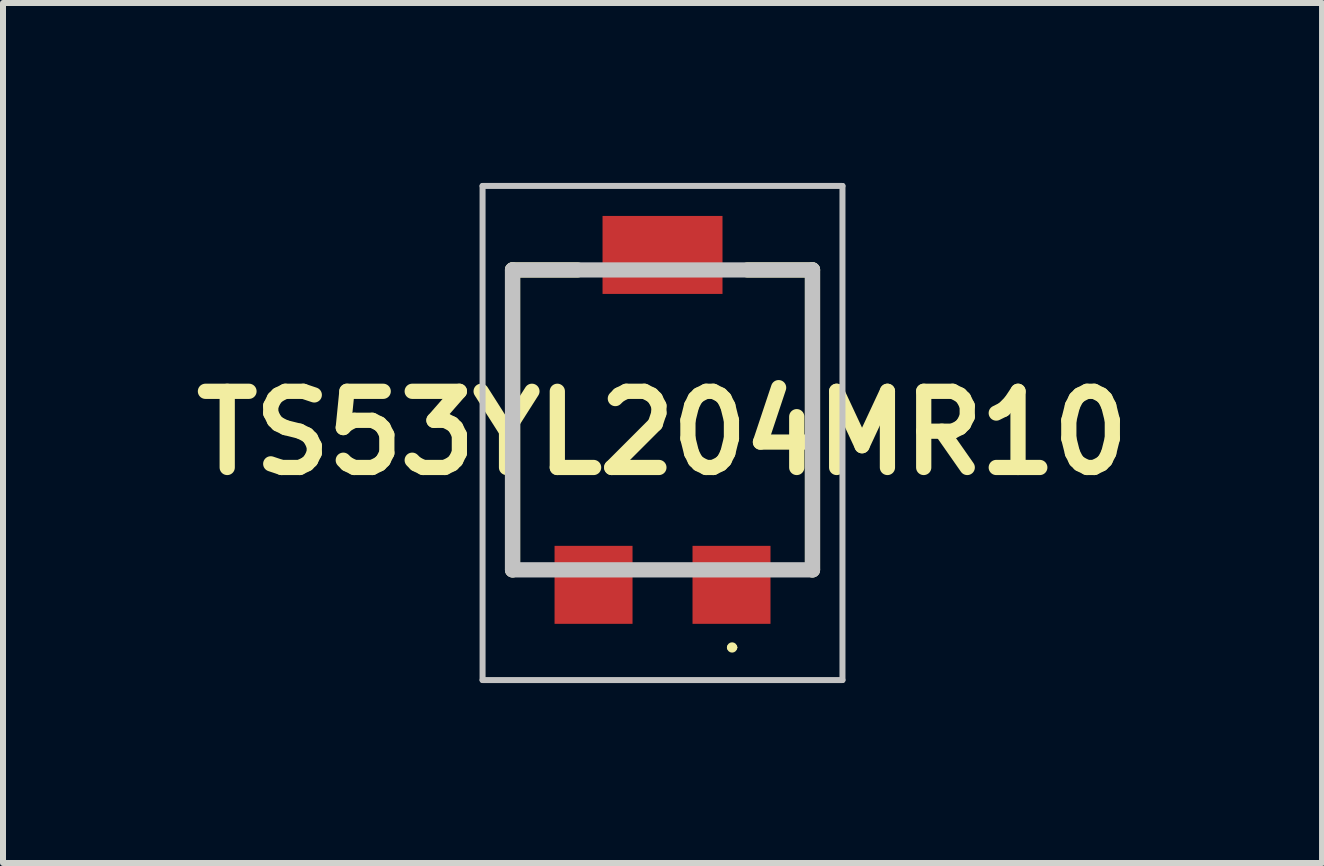
<source format=kicad_pcb>
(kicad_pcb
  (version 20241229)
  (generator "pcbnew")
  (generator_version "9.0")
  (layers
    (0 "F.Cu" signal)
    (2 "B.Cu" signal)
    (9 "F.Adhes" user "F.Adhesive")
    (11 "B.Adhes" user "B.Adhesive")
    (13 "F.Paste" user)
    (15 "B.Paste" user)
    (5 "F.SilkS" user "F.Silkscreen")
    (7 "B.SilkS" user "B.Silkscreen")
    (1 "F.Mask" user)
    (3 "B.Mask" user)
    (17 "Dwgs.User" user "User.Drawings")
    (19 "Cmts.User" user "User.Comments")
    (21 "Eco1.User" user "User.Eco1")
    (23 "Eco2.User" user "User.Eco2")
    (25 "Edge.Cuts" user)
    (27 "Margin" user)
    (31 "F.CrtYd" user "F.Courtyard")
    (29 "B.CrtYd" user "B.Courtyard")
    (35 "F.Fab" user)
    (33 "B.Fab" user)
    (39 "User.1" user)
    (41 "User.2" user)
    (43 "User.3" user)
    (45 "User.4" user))
  (footprint "TS53YL204MR10"
    (layer "F.Cu")
    (at 7.995 3.95)
    (property "Reference" "TS53YL204MR10" (at 0 0.219 0) (layer "F.SilkS") (effects (font (size 1.27 1.27) (thickness 0.254))))
    (attr smd)
    (fp_line (start -2.5 -2.5) (end -1.418 -2.5) (stroke (width 0.254) (type solid)) (layer "F.SilkS"))
    (fp_line (start -2.5 2.5) (end -2.5 -2.5) (stroke (width 0.254) (type solid)) (layer "F.SilkS"))
    (fp_line (start 1.117 3.794) (end 1.117 3.794) (stroke (width 0.086) (type solid)) (layer "F.SilkS"))
    (fp_line (start 1.203 3.794) (end 1.203 3.794) (stroke (width 0.086) (type solid)) (layer "F.SilkS"))
    (fp_line (start 2.5 -2.5) (end 1.418 -2.5) (stroke (width 0.254) (type solid)) (layer "F.SilkS"))
    (fp_line (start 2.5 -2.5) (end 2.5 2.5) (stroke (width 0.254) (type solid)) (layer "F.SilkS"))
    (fp_arc (start 1.117 3.794) (mid 1.16 3.751) (end 1.203 3.794) (stroke (width 0.08614) (type solid)) (layer "F.SilkS"))
    (fp_arc (start 1.203 3.794) (mid 1.16 3.837) (end 1.117 3.794) (stroke (width 0.08614) (type solid)) (layer "F.SilkS"))
    (fp_line (start -3 -3.9) (end 3 -3.9) (stroke (width 0.1) (type solid)) (layer "Dwgs.User"))
    (fp_line (start -3 4.337) (end -3 -3.9) (stroke (width 0.1) (type solid)) (layer "Dwgs.User"))
    (fp_line (start -2.5 -2.5) (end 2.5 -2.5) (stroke (width 0.254) (type solid)) (layer "Dwgs.User"))
    (fp_line (start -2.5 2.5) (end -2.5 -2.5) (stroke (width 0.254) (type solid)) (layer "Dwgs.User"))
    (fp_line (start 2.5 -2.5) (end 2.5 2.5) (stroke (width 0.254) (type solid)) (layer "Dwgs.User"))
    (fp_line (start 2.5 2.5) (end -2.5 2.5) (stroke (width 0.254) (type solid)) (layer "Dwgs.User"))
    (fp_line (start 3 -3.9) (end 3 4.337) (stroke (width 0.1) (type solid)) (layer "Dwgs.User"))
    (fp_line (start 3 4.337) (end -3 4.337) (stroke (width 0.1) (type solid)) (layer "Dwgs.User"))
    (pad "A1" smd rect (at 1.15 2.75 90) (size 1.3 1.3) (layers "F.Cu" "F.Mask" "F.Paste"))
    (pad "B1" smd rect (at 0 -2.75 90) (size 1.3 2) (layers "F.Cu" "F.Mask" "F.Paste"))
    (pad "C1" smd rect (at -1.15 2.75 90) (size 1.3 1.3) (layers "F.Cu" "F.Mask" "F.Paste")))
  (gr_rect
    (start -3 -3)
    (end 18.99 11.337)
    (stroke (width 0.1) (type default))
    (fill no)
    (layer "Edge.Cuts")))
</source>
